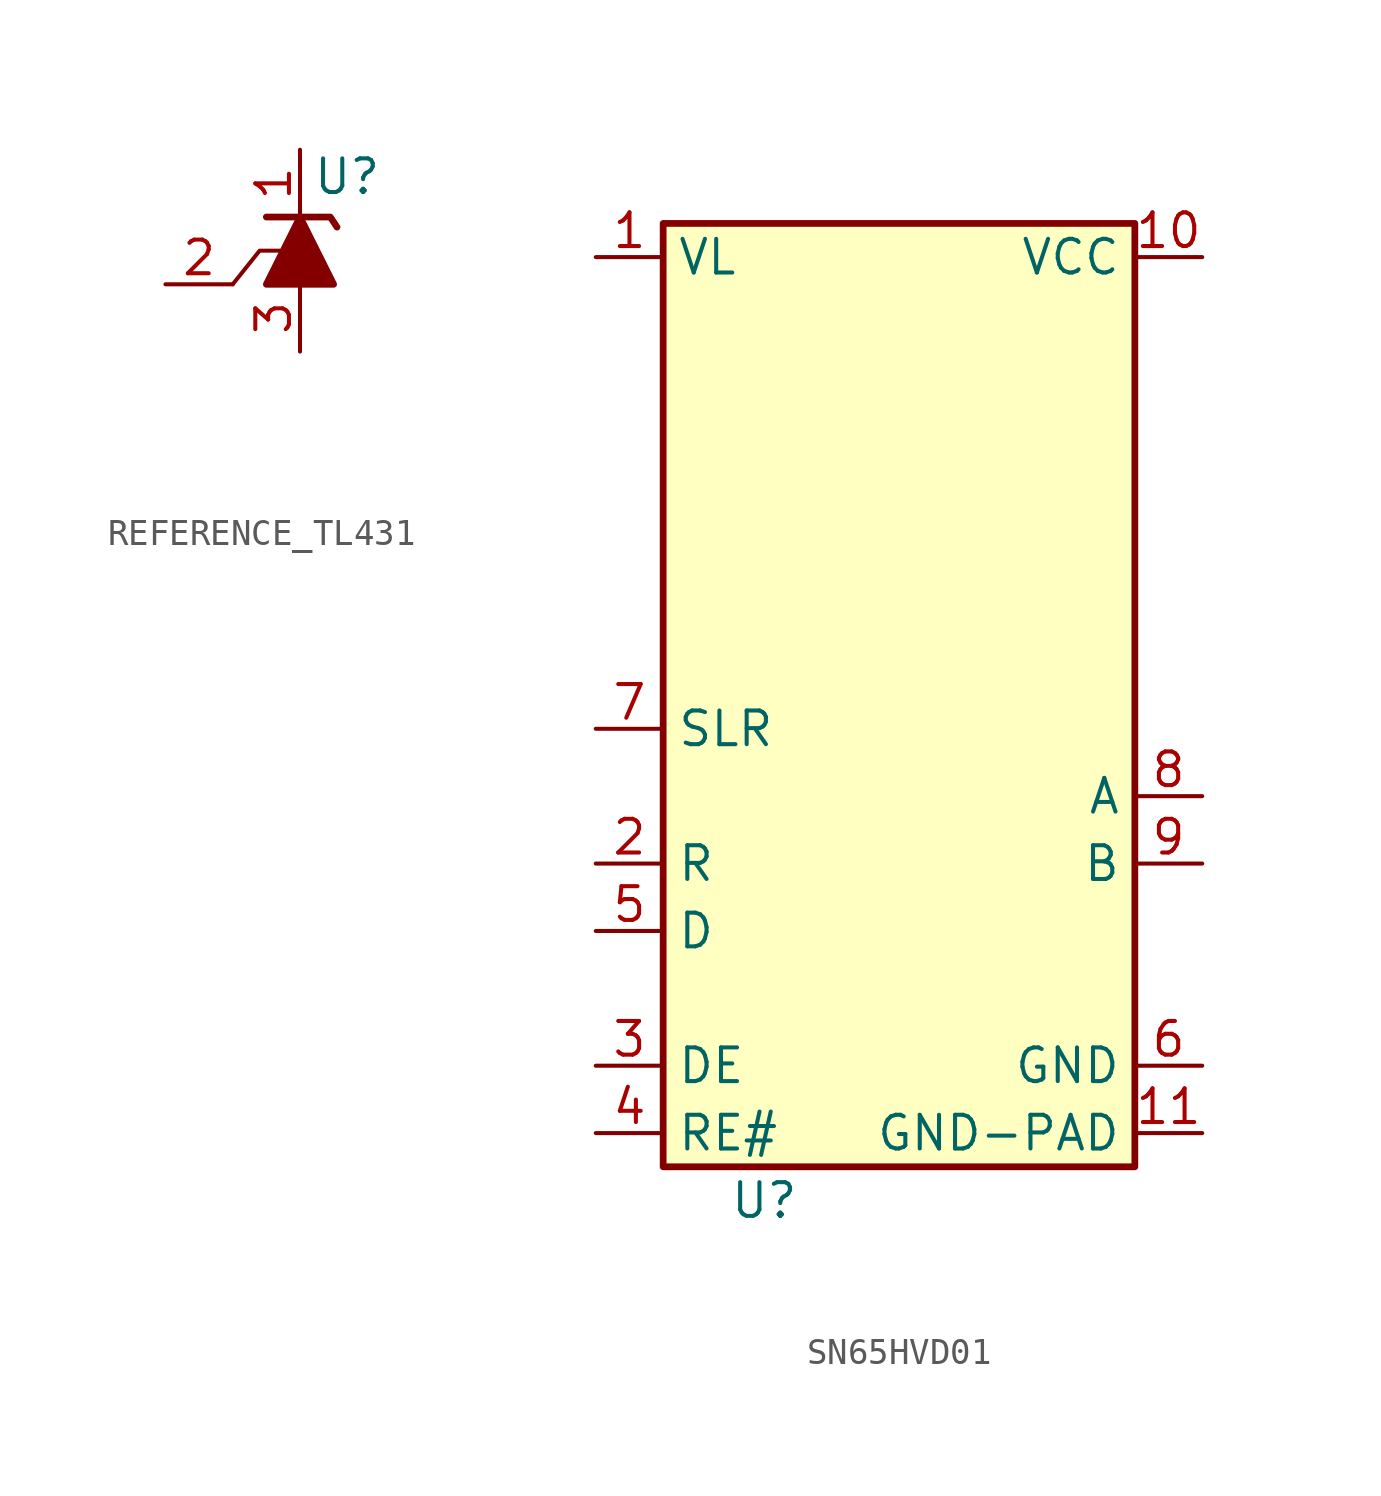
<source format=kicad_sym>
(kicad_symbol_lib
  (version 20231120)
  (generator "kicad_symbol_editor")
  (generator_version "8.0")
  (symbol "REFERENCE_TL431"
    (pin_names hide)
    (property "Reference" "U"
      (at 1.778 6.604 0)
      (effects (font (size 1.27 1.27))))
    (property "Value" ""
      (at 0 -4.445 0)
      (effects (font (size 1.27 1.27))))
    (symbol "REFERENCE_TL431_0_1"
      (polyline (pts (xy -0.762 3.81) (xy -1.524 3.81) (xy -2.54 2.54)) (stroke (width 0) (type default)) (fill (type none))))
    (symbol "REFERENCE_TL431_1_1"
      (polyline (pts (xy -1.27 5.08) (xy 1.143 5.08) (xy 1.397 4.699)) (stroke (width 0.254) (type default)) (fill (type none)))
      (polyline (pts (xy -1.27 2.54) (xy 1.27 2.54) (xy 0 5.08) (xy -1.27 2.54)) (stroke (width 0.254) (type default)) (fill (type outline)))
      (pin passive line (at 0 7.62 270) (length 2.54) (name "K" (effects (font (size 1.27 1.27)))) (number "1" (effects (font (size 1.27 1.27)))))
      (pin passive line (at -5.08 2.54 0) (length 2.54) (name "REF" (effects (font (size 1.27 1.27)))) (number "2" (effects (font (size 1.27 1.27)))))
      (pin passive line (at 0 0 90) (length 2.54) (name "A" (effects (font (size 1.27 1.27)))) (number "3" (effects (font (size 1.27 1.27)))))))
  (symbol "SN65HVD01"
    (property "Reference" "U"
      (at 6.35 -2.54 0)
      (effects (font (size 1.27 1.27))))
    (property "Value" ""
      (at 7.62 16.51 0)
      (effects (font (size 1.27 1.27))))
    (symbol "SN65HVD01_1_1"
      (rectangle (start 2.54 34.29) (end 20.32 -1.27) (stroke (width 0.254) (type default)) (fill (type background)))
      (pin power_in line (at 0 33.02 0) (length 2.54) (name "VL" (effects (font (size 1.27 1.27)))) (number "1" (effects (font (size 1.27 1.27)))))
      (pin power_in line (at 22.86 33.02 180) (length 2.54) (name "VCC" (effects (font (size 1.27 1.27)))) (number "10" (effects (font (size 1.27 1.27)))))
      (pin power_in line (at 22.86 0 180) (length 2.54) (name "GND-PAD" (effects (font (size 1.27 1.27)))) (number "11" (effects (font (size 1.27 1.27)))))
      (pin output line (at 0 10.16 0) (length 2.54) (name "R" (effects (font (size 1.27 1.27)))) (number "2" (effects (font (size 1.27 1.27)))))
      (pin input line (at 0 2.54 0) (length 2.54) (name "DE" (effects (font (size 1.27 1.27)))) (number "3" (effects (font (size 1.27 1.27)))))
      (pin input line (at 0 0 0) (length 2.54) (name "RE#" (effects (font (size 1.27 1.27)))) (number "4" (effects (font (size 1.27 1.27)))))
      (pin input line (at 0 7.62 0) (length 2.54) (name "D" (effects (font (size 1.27 1.27)))) (number "5" (effects (font (size 1.27 1.27)))))
      (pin power_in line (at 22.86 2.54 180) (length 2.54) (name "GND" (effects (font (size 1.27 1.27)))) (number "6" (effects (font (size 1.27 1.27)))))
      (pin input line (at 0 15.24 0) (length 2.54) (name "SLR" (effects (font (size 1.27 1.27)))) (number "7" (effects (font (size 1.27 1.27)))))
      (pin bidirectional line (at 22.86 12.7 180) (length 2.54) (name "A" (effects (font (size 1.27 1.27)))) (number "8" (effects (font (size 1.27 1.27)))))
      (pin bidirectional line (at 22.86 10.16 180) (length 2.54) (name "B" (effects (font (size 1.27 1.27)))) (number "9" (effects (font (size 1.27 1.27))))))))
</source>
